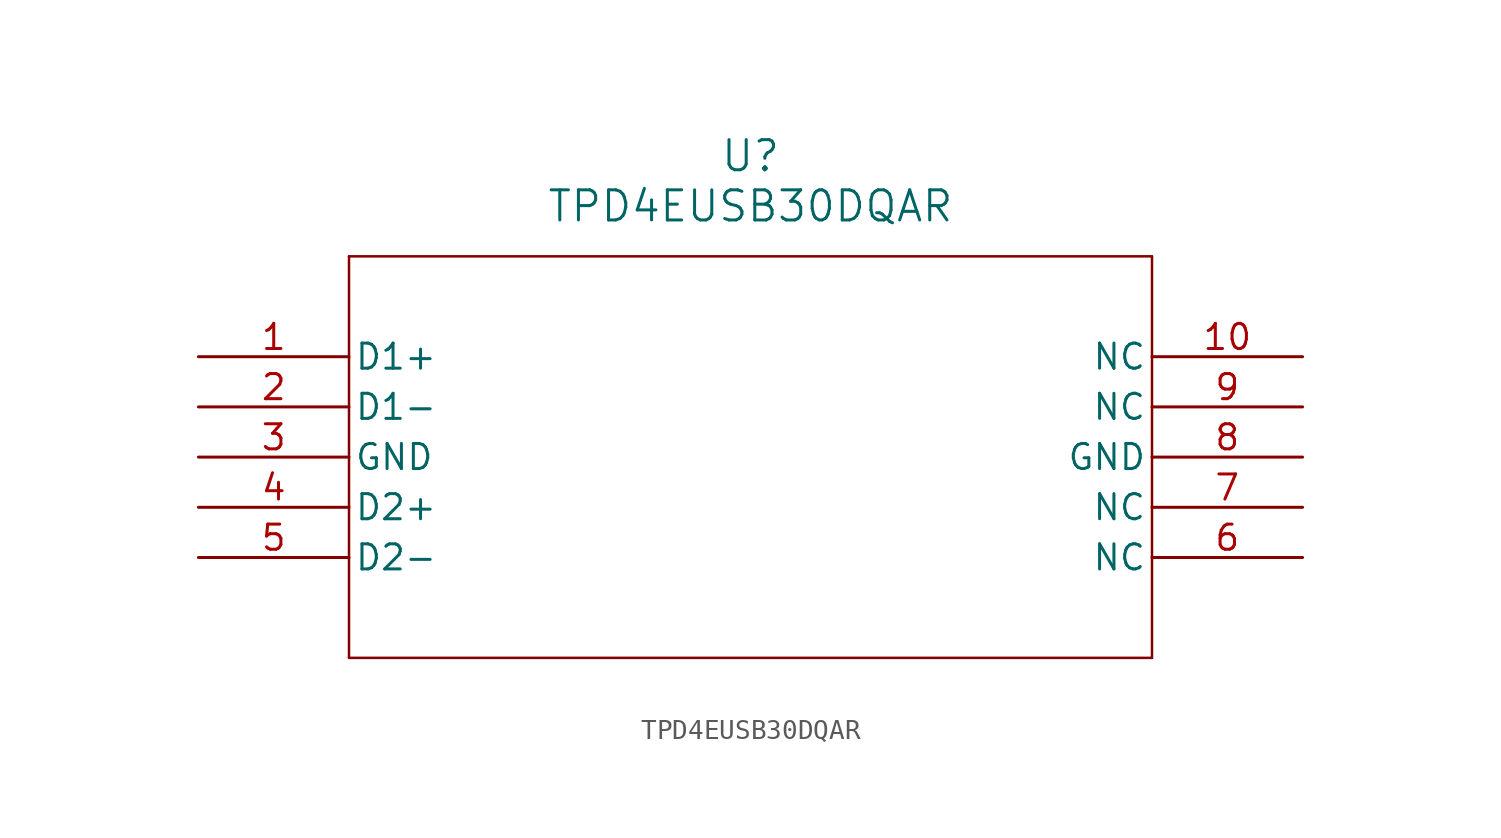
<source format=kicad_sym>
(kicad_symbol_lib
  (version 20211014)
  (generator kicad_symbol_editor)
  (symbol "TPD4EUSB30DQAR"
    (pin_names
      (offset 0.254))
    (property "Reference" "U"
      (at 27.94 10.16 0)
      (effects (font (size 1.524 1.524))))
    (property "Value" "TPD4EUSB30DQAR"
      (at 27.94 7.62 0)
      (effects (font (size 1.524 1.524))))
    (polyline
      (pts (xy 7.62 5.08) (xy 7.62 -15.24))
      (stroke (width 0.127) (type default) (color 0 0 0 0))
      (fill (type none)))
    (polyline
      (pts (xy 7.62 -15.24) (xy 48.26 -15.24))
      (stroke (width 0.127) (type default) (color 0 0 0 0))
      (fill (type none)))
    (polyline
      (pts (xy 48.26 -15.24) (xy 48.26 5.08))
      (stroke (width 0.127) (type default) (color 0 0 0 0))
      (fill (type none)))
    (polyline
      (pts (xy 48.26 5.08) (xy 7.62 5.08))
      (stroke (width 0.127) (type default) (color 0 0 0 0))
      (fill (type none)))
    (pin unspecified line
      (at 0 0 0)
      (length 7.62)
      (name "D1+" (effects (font (size 1.27 1.27))))
      (number "1" (effects (font (size 1.27 1.27)))))
    (pin unspecified line
      (at 0 -2.54 0)
      (length 7.62)
      (name "D1-" (effects (font (size 1.27 1.27))))
      (number "2" (effects (font (size 1.27 1.27)))))
    (pin power_in line
      (at 0 -5.08 0)
      (length 7.62)
      (name "GND" (effects (font (size 1.27 1.27))))
      (number "3" (effects (font (size 1.27 1.27)))))
    (pin unspecified line
      (at 0 -7.62 0)
      (length 7.62)
      (name "D2+" (effects (font (size 1.27 1.27))))
      (number "4" (effects (font (size 1.27 1.27)))))
    (pin unspecified line
      (at 0 -10.16 0)
      (length 7.62)
      (name "D2-" (effects (font (size 1.27 1.27))))
      (number "5" (effects (font (size 1.27 1.27)))))
    (pin unspecified line
      (at 55.88 -10.16 180)
      (length 7.62)
      (name "NC" (effects (font (size 1.27 1.27))))
      (number "6" (effects (font (size 1.27 1.27)))))
    (pin unspecified line
      (at 55.88 -7.62 180)
      (length 7.62)
      (name "NC" (effects (font (size 1.27 1.27))))
      (number "7" (effects (font (size 1.27 1.27)))))
    (pin power_in line
      (at 55.88 -5.08 180)
      (length 7.62)
      (name "GND" (effects (font (size 1.27 1.27))))
      (number "8" (effects (font (size 1.27 1.27)))))
    (pin unspecified line
      (at 55.88 -2.54 180)
      (length 7.62)
      (name "NC" (effects (font (size 1.27 1.27))))
      (number "9" (effects (font (size 1.27 1.27)))))
    (pin unspecified line
      (at 55.88 0 180)
      (length 7.62)
      (name "NC" (effects (font (size 1.27 1.27))))
      (number "10" (effects (font (size 1.27 1.27)))))))
</source>
